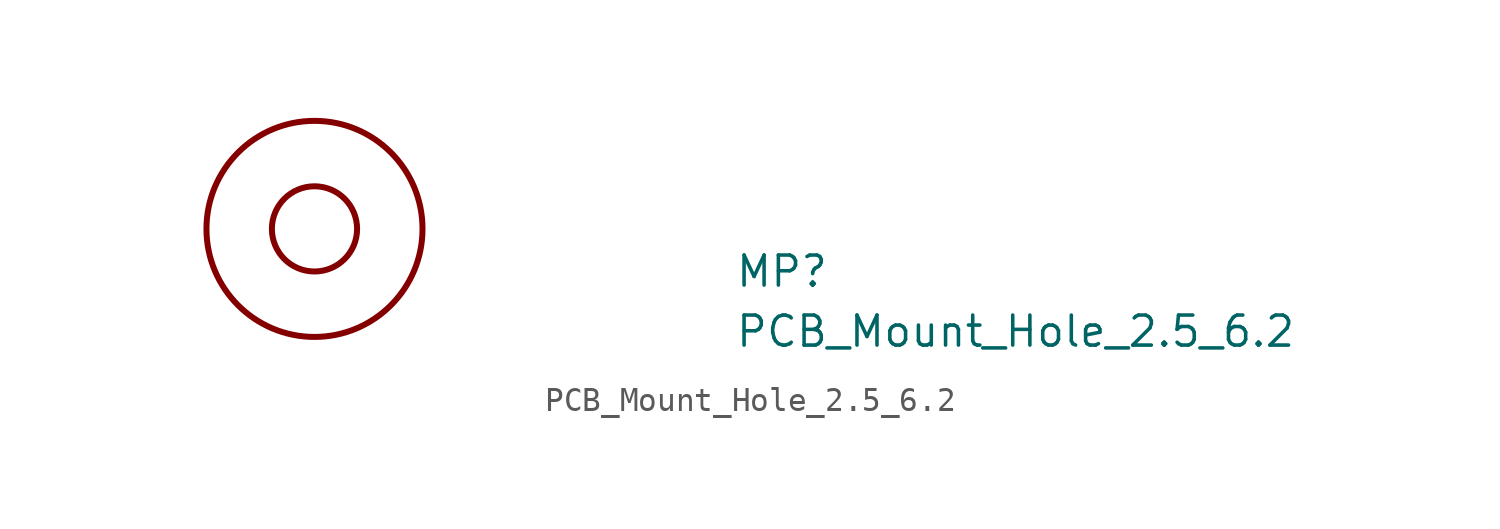
<source format=kicad_sym>
(kicad_symbol_lib
  (version 20211014)
  (generator kicad_symbol_editor)
  (symbol "PCB_Mount_Hole_2.5_6.2"
    (pin_names hide)
    (property "Reference" "MP"
      (at 17.78 -2.54 0)
      (effects (font (size 1.27 1.27) (thickness 0.15)) (justify left bottom)))
    (property "Value" "PCB_Mount_Hole_2.5_6.2"
      (at 17.78 -5.08 0)
      (effects (font (size 1.27 1.27) (thickness 0.15)) (justify left bottom)))
    (symbol "PCB_Mount_Hole_2.5_6.2_1_1"
      (circle (center 0 0) (radius 1.803) (stroke (width 0.254) (type default) (color 0 0 0 0)) (fill (type none)))
      (circle (center 0 0) (radius 4.572) (stroke (width 0.254) (type default) (color 0 0 0 0)) (fill (type none))))))
</source>
